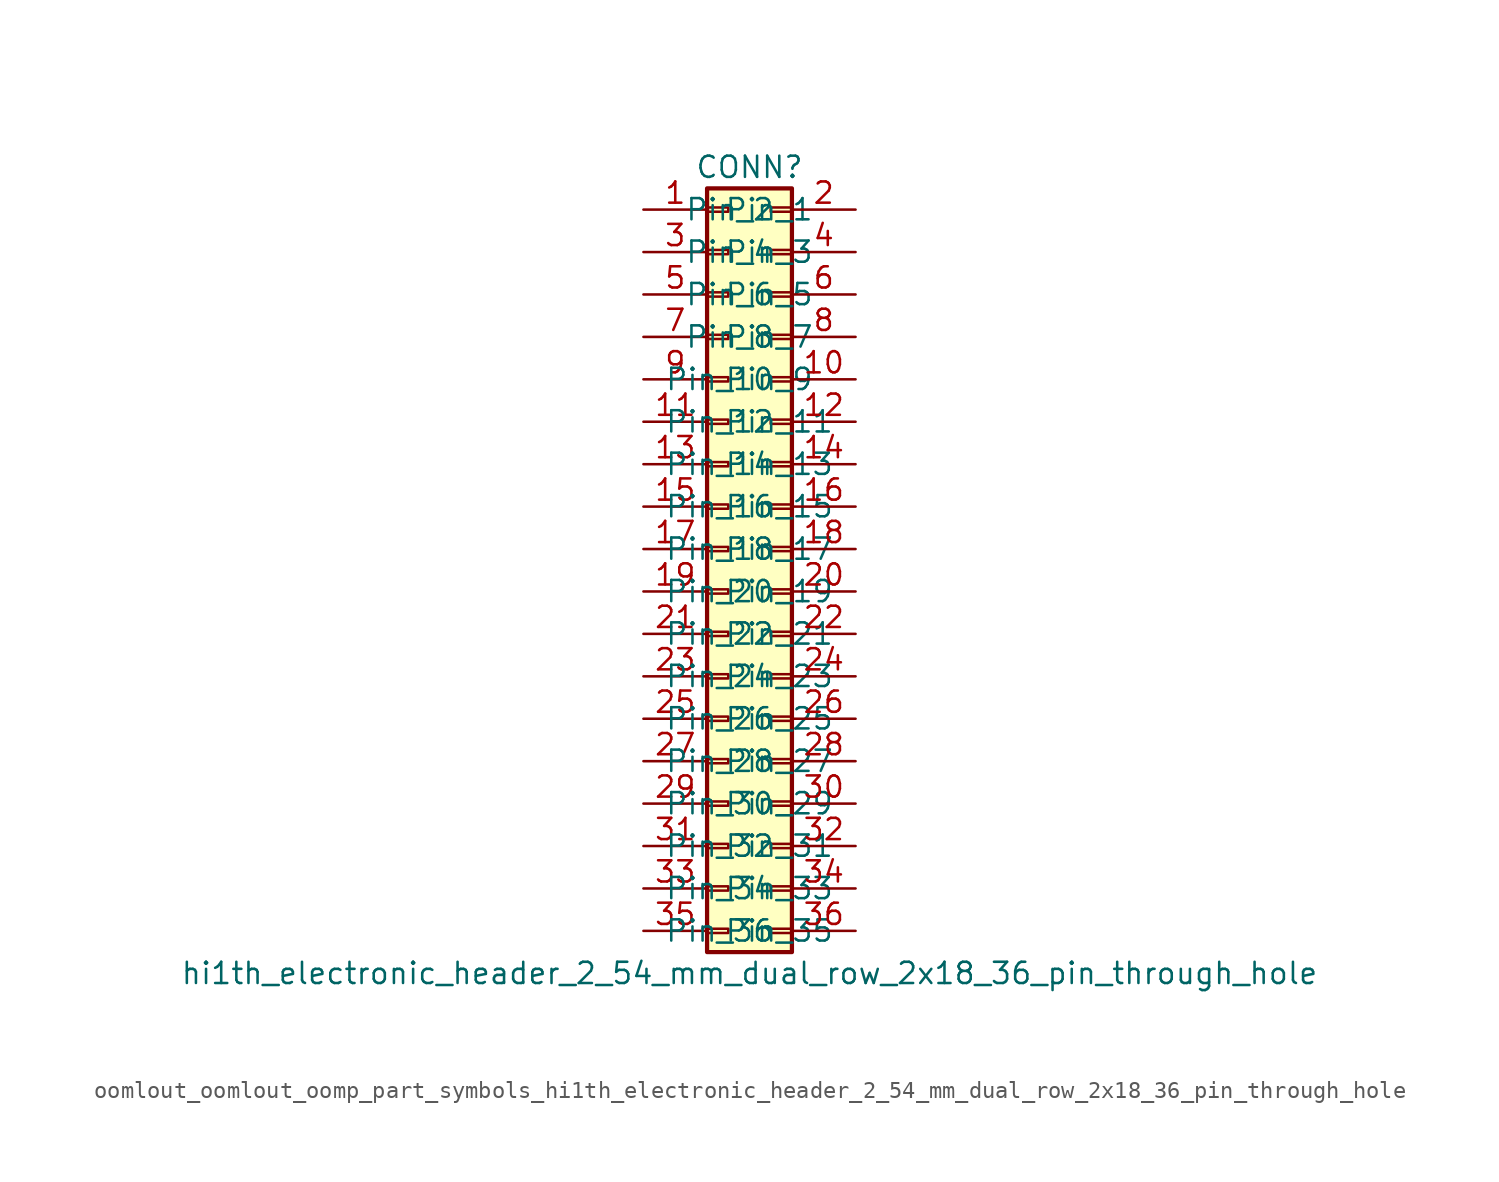
<source format=kicad_sym>
(kicad_symbol_lib
  (version 20220914)
  (generator kicad_symbol_editor)
  (symbol "oomlout_oomlout_oomp_part_symbols_hi1th_electronic_header_2_54_mm_dual_row_2x18_36_pin_through_hole"
    (pin_names
      (offset 1.016))
    (property "Reference" "CONN"
      (at 1.27 22.86 0)
      (effects (font (size 1.27 1.27))))
    (property "Value" "hi1th_electronic_header_2_54_mm_dual_row_2x18_36_pin_through_hole"
      (at 1.27 -25.4 0)
      (effects (font (size 1.27 1.27))))
    (symbol "oomlout_oomlout_oomp_part_symbols_hi1th_electronic_header_2_54_mm_dual_row_2x18_36_pin_through_hole_1_1"
      (rectangle (start -1.27 -22.733) (end 0 -22.987) (stroke (width 0.152) (type default)) (fill (type none)))
      (rectangle (start -1.27 -20.193) (end 0 -20.447) (stroke (width 0.152) (type default)) (fill (type none)))
      (rectangle (start -1.27 -17.653) (end 0 -17.907) (stroke (width 0.152) (type default)) (fill (type none)))
      (rectangle (start -1.27 -15.113) (end 0 -15.367) (stroke (width 0.152) (type default)) (fill (type none)))
      (rectangle (start -1.27 -12.573) (end 0 -12.827) (stroke (width 0.152) (type default)) (fill (type none)))
      (rectangle (start -1.27 -10.033) (end 0 -10.287) (stroke (width 0.152) (type default)) (fill (type none)))
      (rectangle (start -1.27 -7.493) (end 0 -7.747) (stroke (width 0.152) (type default)) (fill (type none)))
      (rectangle (start -1.27 -4.953) (end 0 -5.207) (stroke (width 0.152) (type default)) (fill (type none)))
      (rectangle (start -1.27 -2.413) (end 0 -2.667) (stroke (width 0.152) (type default)) (fill (type none)))
      (rectangle (start -1.27 0.127) (end 0 -0.127) (stroke (width 0.152) (type default)) (fill (type none)))
      (rectangle (start -1.27 2.667) (end 0 2.413) (stroke (width 0.152) (type default)) (fill (type none)))
      (rectangle (start -1.27 5.207) (end 0 4.953) (stroke (width 0.152) (type default)) (fill (type none)))
      (rectangle (start -1.27 7.747) (end 0 7.493) (stroke (width 0.152) (type default)) (fill (type none)))
      (rectangle (start -1.27 10.287) (end 0 10.033) (stroke (width 0.152) (type default)) (fill (type none)))
      (rectangle (start -1.27 12.827) (end 0 12.573) (stroke (width 0.152) (type default)) (fill (type none)))
      (rectangle (start -1.27 15.367) (end 0 15.113) (stroke (width 0.152) (type default)) (fill (type none)))
      (rectangle (start -1.27 17.907) (end 0 17.653) (stroke (width 0.152) (type default)) (fill (type none)))
      (rectangle (start -1.27 20.447) (end 0 20.193) (stroke (width 0.152) (type default)) (fill (type none)))
      (rectangle (start -1.27 21.59) (end 3.81 -24.13) (stroke (width 0.254) (type default)) (fill (type background)))
      (rectangle (start 3.81 -22.733) (end 2.54 -22.987) (stroke (width 0.152) (type default)) (fill (type none)))
      (rectangle (start 3.81 -20.193) (end 2.54 -20.447) (stroke (width 0.152) (type default)) (fill (type none)))
      (rectangle (start 3.81 -17.653) (end 2.54 -17.907) (stroke (width 0.152) (type default)) (fill (type none)))
      (rectangle (start 3.81 -15.113) (end 2.54 -15.367) (stroke (width 0.152) (type default)) (fill (type none)))
      (rectangle (start 3.81 -12.573) (end 2.54 -12.827) (stroke (width 0.152) (type default)) (fill (type none)))
      (rectangle (start 3.81 -10.033) (end 2.54 -10.287) (stroke (width 0.152) (type default)) (fill (type none)))
      (rectangle (start 3.81 -7.493) (end 2.54 -7.747) (stroke (width 0.152) (type default)) (fill (type none)))
      (rectangle (start 3.81 -4.953) (end 2.54 -5.207) (stroke (width 0.152) (type default)) (fill (type none)))
      (rectangle (start 3.81 -2.413) (end 2.54 -2.667) (stroke (width 0.152) (type default)) (fill (type none)))
      (rectangle (start 3.81 0.127) (end 2.54 -0.127) (stroke (width 0.152) (type default)) (fill (type none)))
      (rectangle (start 3.81 2.667) (end 2.54 2.413) (stroke (width 0.152) (type default)) (fill (type none)))
      (rectangle (start 3.81 5.207) (end 2.54 4.953) (stroke (width 0.152) (type default)) (fill (type none)))
      (rectangle (start 3.81 7.747) (end 2.54 7.493) (stroke (width 0.152) (type default)) (fill (type none)))
      (rectangle (start 3.81 10.287) (end 2.54 10.033) (stroke (width 0.152) (type default)) (fill (type none)))
      (rectangle (start 3.81 12.827) (end 2.54 12.573) (stroke (width 0.152) (type default)) (fill (type none)))
      (rectangle (start 3.81 15.367) (end 2.54 15.113) (stroke (width 0.152) (type default)) (fill (type none)))
      (rectangle (start 3.81 17.907) (end 2.54 17.653) (stroke (width 0.152) (type default)) (fill (type none)))
      (rectangle (start 3.81 20.447) (end 2.54 20.193) (stroke (width 0.152) (type default)) (fill (type none)))
      (pin passive line (at -5.08 20.32 0) (length 3.81) (name "Pin_1" (effects (font (size 1.27 1.27)))) (number "1" (effects (font (size 1.27 1.27)))))
      (pin passive line (at 7.62 10.16 180) (length 3.81) (name "Pin_10" (effects (font (size 1.27 1.27)))) (number "10" (effects (font (size 1.27 1.27)))))
      (pin passive line (at -5.08 7.62 0) (length 3.81) (name "Pin_11" (effects (font (size 1.27 1.27)))) (number "11" (effects (font (size 1.27 1.27)))))
      (pin passive line (at 7.62 7.62 180) (length 3.81) (name "Pin_12" (effects (font (size 1.27 1.27)))) (number "12" (effects (font (size 1.27 1.27)))))
      (pin passive line (at -5.08 5.08 0) (length 3.81) (name "Pin_13" (effects (font (size 1.27 1.27)))) (number "13" (effects (font (size 1.27 1.27)))))
      (pin passive line (at 7.62 5.08 180) (length 3.81) (name "Pin_14" (effects (font (size 1.27 1.27)))) (number "14" (effects (font (size 1.27 1.27)))))
      (pin passive line (at -5.08 2.54 0) (length 3.81) (name "Pin_15" (effects (font (size 1.27 1.27)))) (number "15" (effects (font (size 1.27 1.27)))))
      (pin passive line (at 7.62 2.54 180) (length 3.81) (name "Pin_16" (effects (font (size 1.27 1.27)))) (number "16" (effects (font (size 1.27 1.27)))))
      (pin passive line (at -5.08 0 0) (length 3.81) (name "Pin_17" (effects (font (size 1.27 1.27)))) (number "17" (effects (font (size 1.27 1.27)))))
      (pin passive line (at 7.62 0 180) (length 3.81) (name "Pin_18" (effects (font (size 1.27 1.27)))) (number "18" (effects (font (size 1.27 1.27)))))
      (pin passive line (at -5.08 -2.54 0) (length 3.81) (name "Pin_19" (effects (font (size 1.27 1.27)))) (number "19" (effects (font (size 1.27 1.27)))))
      (pin passive line (at 7.62 20.32 180) (length 3.81) (name "Pin_2" (effects (font (size 1.27 1.27)))) (number "2" (effects (font (size 1.27 1.27)))))
      (pin passive line (at 7.62 -2.54 180) (length 3.81) (name "Pin_20" (effects (font (size 1.27 1.27)))) (number "20" (effects (font (size 1.27 1.27)))))
      (pin passive line (at -5.08 -5.08 0) (length 3.81) (name "Pin_21" (effects (font (size 1.27 1.27)))) (number "21" (effects (font (size 1.27 1.27)))))
      (pin passive line (at 7.62 -5.08 180) (length 3.81) (name "Pin_22" (effects (font (size 1.27 1.27)))) (number "22" (effects (font (size 1.27 1.27)))))
      (pin passive line (at -5.08 -7.62 0) (length 3.81) (name "Pin_23" (effects (font (size 1.27 1.27)))) (number "23" (effects (font (size 1.27 1.27)))))
      (pin passive line (at 7.62 -7.62 180) (length 3.81) (name "Pin_24" (effects (font (size 1.27 1.27)))) (number "24" (effects (font (size 1.27 1.27)))))
      (pin passive line (at -5.08 -10.16 0) (length 3.81) (name "Pin_25" (effects (font (size 1.27 1.27)))) (number "25" (effects (font (size 1.27 1.27)))))
      (pin passive line (at 7.62 -10.16 180) (length 3.81) (name "Pin_26" (effects (font (size 1.27 1.27)))) (number "26" (effects (font (size 1.27 1.27)))))
      (pin passive line (at -5.08 -12.7 0) (length 3.81) (name "Pin_27" (effects (font (size 1.27 1.27)))) (number "27" (effects (font (size 1.27 1.27)))))
      (pin passive line (at 7.62 -12.7 180) (length 3.81) (name "Pin_28" (effects (font (size 1.27 1.27)))) (number "28" (effects (font (size 1.27 1.27)))))
      (pin passive line (at -5.08 -15.24 0) (length 3.81) (name "Pin_29" (effects (font (size 1.27 1.27)))) (number "29" (effects (font (size 1.27 1.27)))))
      (pin passive line (at -5.08 17.78 0) (length 3.81) (name "Pin_3" (effects (font (size 1.27 1.27)))) (number "3" (effects (font (size 1.27 1.27)))))
      (pin passive line (at 7.62 -15.24 180) (length 3.81) (name "Pin_30" (effects (font (size 1.27 1.27)))) (number "30" (effects (font (size 1.27 1.27)))))
      (pin passive line (at -5.08 -17.78 0) (length 3.81) (name "Pin_31" (effects (font (size 1.27 1.27)))) (number "31" (effects (font (size 1.27 1.27)))))
      (pin passive line (at 7.62 -17.78 180) (length 3.81) (name "Pin_32" (effects (font (size 1.27 1.27)))) (number "32" (effects (font (size 1.27 1.27)))))
      (pin passive line (at -5.08 -20.32 0) (length 3.81) (name "Pin_33" (effects (font (size 1.27 1.27)))) (number "33" (effects (font (size 1.27 1.27)))))
      (pin passive line (at 7.62 -20.32 180) (length 3.81) (name "Pin_34" (effects (font (size 1.27 1.27)))) (number "34" (effects (font (size 1.27 1.27)))))
      (pin passive line (at -5.08 -22.86 0) (length 3.81) (name "Pin_35" (effects (font (size 1.27 1.27)))) (number "35" (effects (font (size 1.27 1.27)))))
      (pin passive line (at 7.62 -22.86 180) (length 3.81) (name "Pin_36" (effects (font (size 1.27 1.27)))) (number "36" (effects (font (size 1.27 1.27)))))
      (pin passive line (at 7.62 17.78 180) (length 3.81) (name "Pin_4" (effects (font (size 1.27 1.27)))) (number "4" (effects (font (size 1.27 1.27)))))
      (pin passive line (at -5.08 15.24 0) (length 3.81) (name "Pin_5" (effects (font (size 1.27 1.27)))) (number "5" (effects (font (size 1.27 1.27)))))
      (pin passive line (at 7.62 15.24 180) (length 3.81) (name "Pin_6" (effects (font (size 1.27 1.27)))) (number "6" (effects (font (size 1.27 1.27)))))
      (pin passive line (at -5.08 12.7 0) (length 3.81) (name "Pin_7" (effects (font (size 1.27 1.27)))) (number "7" (effects (font (size 1.27 1.27)))))
      (pin passive line (at 7.62 12.7 180) (length 3.81) (name "Pin_8" (effects (font (size 1.27 1.27)))) (number "8" (effects (font (size 1.27 1.27)))))
      (pin passive line (at -5.08 10.16 0) (length 3.81) (name "Pin_9" (effects (font (size 1.27 1.27)))) (number "9" (effects (font (size 1.27 1.27))))))))
</source>
